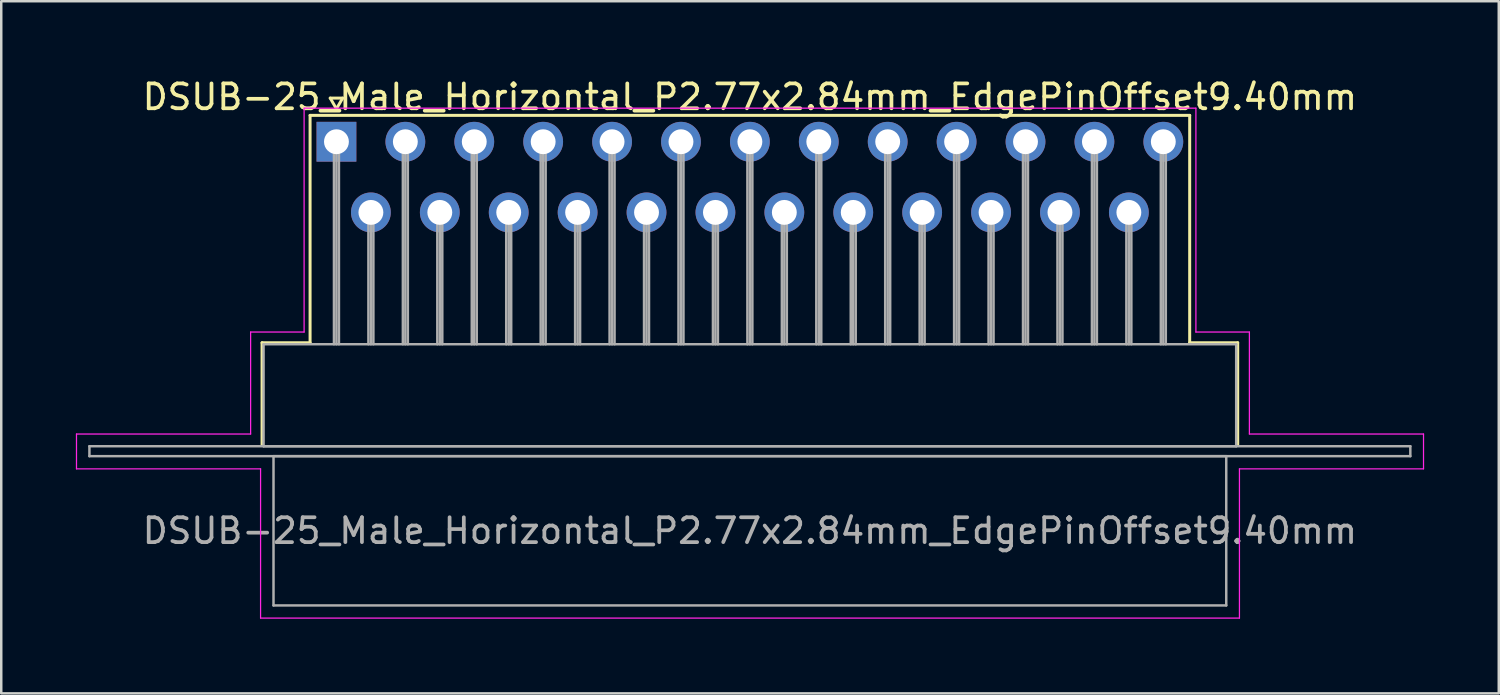
<source format=kicad_pcb>
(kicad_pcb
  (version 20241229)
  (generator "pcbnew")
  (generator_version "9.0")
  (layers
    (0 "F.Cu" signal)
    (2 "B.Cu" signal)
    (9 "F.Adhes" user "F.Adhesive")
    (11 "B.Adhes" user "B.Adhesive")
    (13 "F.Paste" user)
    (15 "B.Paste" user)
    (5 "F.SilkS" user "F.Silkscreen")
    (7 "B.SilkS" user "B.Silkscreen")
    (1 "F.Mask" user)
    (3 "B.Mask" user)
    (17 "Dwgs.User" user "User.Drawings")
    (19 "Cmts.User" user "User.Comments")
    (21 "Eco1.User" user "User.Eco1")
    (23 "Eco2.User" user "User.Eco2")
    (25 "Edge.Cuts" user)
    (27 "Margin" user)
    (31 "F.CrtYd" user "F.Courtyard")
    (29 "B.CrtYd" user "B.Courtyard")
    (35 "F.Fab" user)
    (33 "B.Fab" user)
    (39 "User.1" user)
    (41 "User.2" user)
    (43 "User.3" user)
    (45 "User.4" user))
  (footprint "DSUB-25_Male_Horizontal_P2.77x2.84mm_EdgePinOffset9.40mm"
    (layer "F.Cu")
    (at 10.475 2.648)
    (property "Reference" "DSUB-25_Male_Horizontal_P2.77x2.84mm_EdgePinOffset9.40mm" (at 16.62 -1.8 0) (layer "F.SilkS") (effects (font (size 1 1) (thickness 0.15))))
    (attr through_hole)
    (fp_line (start -2.99 8.08) (end -1.06 8.08) (stroke (width 0.12) (type solid)) (layer "F.SilkS"))
    (fp_line (start -2.99 12.18) (end -2.99 8.08) (stroke (width 0.12) (type solid)) (layer "F.SilkS"))
    (fp_line (start -1.06 -1.06) (end 34.3 -1.06) (stroke (width 0.12) (type solid)) (layer "F.SilkS"))
    (fp_line (start -1.06 8.08) (end -1.06 -1.06) (stroke (width 0.12) (type solid)) (layer "F.SilkS"))
    (fp_line (start -0.25 -1.754) (end 0.25 -1.754) (stroke (width 0.12) (type solid)) (layer "F.SilkS"))
    (fp_line (start 0 -1.321) (end -0.25 -1.754) (stroke (width 0.12) (type solid)) (layer "F.SilkS"))
    (fp_line (start 0.25 -1.754) (end 0 -1.321) (stroke (width 0.12) (type solid)) (layer "F.SilkS"))
    (fp_line (start 34.3 -1.06) (end 34.3 8.08) (stroke (width 0.12) (type solid)) (layer "F.SilkS"))
    (fp_line (start 34.3 8.08) (end 36.23 8.08) (stroke (width 0.12) (type solid)) (layer "F.SilkS"))
    (fp_line (start 36.23 8.08) (end 36.23 12.18) (stroke (width 0.12) (type solid)) (layer "F.SilkS"))
    (fp_line (start -10.45 11.75) (end -3.45 11.75) (stroke (width 0.05) (type solid)) (layer "F.CrtYd"))
    (fp_line (start -10.45 13.15) (end -10.45 11.75) (stroke (width 0.05) (type solid)) (layer "F.CrtYd"))
    (fp_line (start -3.45 7.65) (end -1.3 7.65) (stroke (width 0.05) (type solid)) (layer "F.CrtYd"))
    (fp_line (start -3.45 11.75) (end -3.45 7.65) (stroke (width 0.05) (type solid)) (layer "F.CrtYd"))
    (fp_line (start -3.05 13.15) (end -10.45 13.15) (stroke (width 0.05) (type solid)) (layer "F.CrtYd"))
    (fp_line (start -3.05 19.15) (end -3.05 13.15) (stroke (width 0.05) (type solid)) (layer "F.CrtYd"))
    (fp_line (start -1.3 -1.35) (end 34.55 -1.35) (stroke (width 0.05) (type solid)) (layer "F.CrtYd"))
    (fp_line (start -1.3 7.65) (end -1.3 -1.35) (stroke (width 0.05) (type solid)) (layer "F.CrtYd"))
    (fp_line (start 34.55 -1.35) (end 34.55 7.65) (stroke (width 0.05) (type solid)) (layer "F.CrtYd"))
    (fp_line (start 34.55 7.65) (end 36.7 7.65) (stroke (width 0.05) (type solid)) (layer "F.CrtYd"))
    (fp_line (start 36.3 13.15) (end 36.3 19.15) (stroke (width 0.05) (type solid)) (layer "F.CrtYd"))
    (fp_line (start 36.3 19.15) (end -3.05 19.15) (stroke (width 0.05) (type solid)) (layer "F.CrtYd"))
    (fp_line (start 36.7 7.65) (end 36.7 11.75) (stroke (width 0.05) (type solid)) (layer "F.CrtYd"))
    (fp_line (start 36.7 11.75) (end 43.7 11.75) (stroke (width 0.05) (type solid)) (layer "F.CrtYd"))
    (fp_line (start 43.7 11.75) (end 43.7 13.15) (stroke (width 0.05) (type solid)) (layer "F.CrtYd"))
    (fp_line (start 43.7 13.15) (end 36.3 13.15) (stroke (width 0.05) (type solid)) (layer "F.CrtYd"))
    (fp_line (start -9.93 12.24) (end -9.93 12.64) (stroke (width 0.1) (type solid)) (layer "F.Fab"))
    (fp_line (start -9.93 12.64) (end 43.17 12.64) (stroke (width 0.1) (type solid)) (layer "F.Fab"))
    (fp_line (start -2.93 8.14) (end -2.93 12.24) (stroke (width 0.1) (type solid)) (layer "F.Fab"))
    (fp_line (start -2.93 12.24) (end 36.17 12.24) (stroke (width 0.1) (type solid)) (layer "F.Fab"))
    (fp_line (start -2.53 12.64) (end -2.53 18.64) (stroke (width 0.1) (type solid)) (layer "F.Fab"))
    (fp_line (start -2.53 18.64) (end 35.77 18.64) (stroke (width 0.1) (type solid)) (layer "F.Fab"))
    (fp_line (start -0.1 0) (end -0.1 8.14) (stroke (width 0.1) (type solid)) (layer "F.Fab"))
    (fp_line (start 0 0) (end 0 8.14) (stroke (width 0.1) (type solid)) (layer "F.Fab"))
    (fp_line (start 0.1 0) (end 0.1 8.14) (stroke (width 0.1) (type solid)) (layer "F.Fab"))
    (fp_line (start 1.285 2.84) (end 1.285 8.14) (stroke (width 0.1) (type solid)) (layer "F.Fab"))
    (fp_line (start 1.385 2.84) (end 1.385 8.14) (stroke (width 0.1) (type solid)) (layer "F.Fab"))
    (fp_line (start 1.485 2.84) (end 1.485 8.14) (stroke (width 0.1) (type solid)) (layer "F.Fab"))
    (fp_line (start 2.67 0) (end 2.67 8.14) (stroke (width 0.1) (type solid)) (layer "F.Fab"))
    (fp_line (start 2.77 0) (end 2.77 8.14) (stroke (width 0.1) (type solid)) (layer "F.Fab"))
    (fp_line (start 2.87 0) (end 2.87 8.14) (stroke (width 0.1) (type solid)) (layer "F.Fab"))
    (fp_line (start 4.055 2.84) (end 4.055 8.14) (stroke (width 0.1) (type solid)) (layer "F.Fab"))
    (fp_line (start 4.155 2.84) (end 4.155 8.14) (stroke (width 0.1) (type solid)) (layer "F.Fab"))
    (fp_line (start 4.255 2.84) (end 4.255 8.14) (stroke (width 0.1) (type solid)) (layer "F.Fab"))
    (fp_line (start 5.44 0) (end 5.44 8.14) (stroke (width 0.1) (type solid)) (layer "F.Fab"))
    (fp_line (start 5.54 0) (end 5.54 8.14) (stroke (width 0.1) (type solid)) (layer "F.Fab"))
    (fp_line (start 5.64 0) (end 5.64 8.14) (stroke (width 0.1) (type solid)) (layer "F.Fab"))
    (fp_line (start 6.825 2.84) (end 6.825 8.14) (stroke (width 0.1) (type solid)) (layer "F.Fab"))
    (fp_line (start 6.925 2.84) (end 6.925 8.14) (stroke (width 0.1) (type solid)) (layer "F.Fab"))
    (fp_line (start 7.025 2.84) (end 7.025 8.14) (stroke (width 0.1) (type solid)) (layer "F.Fab"))
    (fp_line (start 8.21 0) (end 8.21 8.14) (stroke (width 0.1) (type solid)) (layer "F.Fab"))
    (fp_line (start 8.31 0) (end 8.31 8.14) (stroke (width 0.1) (type solid)) (layer "F.Fab"))
    (fp_line (start 8.41 0) (end 8.41 8.14) (stroke (width 0.1) (type solid)) (layer "F.Fab"))
    (fp_line (start 9.595 2.84) (end 9.595 8.14) (stroke (width 0.1) (type solid)) (layer "F.Fab"))
    (fp_line (start 9.695 2.84) (end 9.695 8.14) (stroke (width 0.1) (type solid)) (layer "F.Fab"))
    (fp_line (start 9.795 2.84) (end 9.795 8.14) (stroke (width 0.1) (type solid)) (layer "F.Fab"))
    (fp_line (start 10.98 0) (end 10.98 8.14) (stroke (width 0.1) (type solid)) (layer "F.Fab"))
    (fp_line (start 11.08 0) (end 11.08 8.14) (stroke (width 0.1) (type solid)) (layer "F.Fab"))
    (fp_line (start 11.18 0) (end 11.18 8.14) (stroke (width 0.1) (type solid)) (layer "F.Fab"))
    (fp_line (start 12.365 2.84) (end 12.365 8.14) (stroke (width 0.1) (type solid)) (layer "F.Fab"))
    (fp_line (start 12.465 2.84) (end 12.465 8.14) (stroke (width 0.1) (type solid)) (layer "F.Fab"))
    (fp_line (start 12.565 2.84) (end 12.565 8.14) (stroke (width 0.1) (type solid)) (layer "F.Fab"))
    (fp_line (start 13.75 0) (end 13.75 8.14) (stroke (width 0.1) (type solid)) (layer "F.Fab"))
    (fp_line (start 13.85 0) (end 13.85 8.14) (stroke (width 0.1) (type solid)) (layer "F.Fab"))
    (fp_line (start 13.95 0) (end 13.95 8.14) (stroke (width 0.1) (type solid)) (layer "F.Fab"))
    (fp_line (start 15.135 2.84) (end 15.135 8.14) (stroke (width 0.1) (type solid)) (layer "F.Fab"))
    (fp_line (start 15.235 2.84) (end 15.235 8.14) (stroke (width 0.1) (type solid)) (layer "F.Fab"))
    (fp_line (start 15.335 2.84) (end 15.335 8.14) (stroke (width 0.1) (type solid)) (layer "F.Fab"))
    (fp_line (start 16.52 0) (end 16.52 8.14) (stroke (width 0.1) (type solid)) (layer "F.Fab"))
    (fp_line (start 16.62 0) (end 16.62 8.14) (stroke (width 0.1) (type solid)) (layer "F.Fab"))
    (fp_line (start 16.72 0) (end 16.72 8.14) (stroke (width 0.1) (type solid)) (layer "F.Fab"))
    (fp_line (start 17.905 2.84) (end 17.905 8.14) (stroke (width 0.1) (type solid)) (layer "F.Fab"))
    (fp_line (start 18.005 2.84) (end 18.005 8.14) (stroke (width 0.1) (type solid)) (layer "F.Fab"))
    (fp_line (start 18.105 2.84) (end 18.105 8.14) (stroke (width 0.1) (type solid)) (layer "F.Fab"))
    (fp_line (start 19.29 0) (end 19.29 8.14) (stroke (width 0.1) (type solid)) (layer "F.Fab"))
    (fp_line (start 19.39 0) (end 19.39 8.14) (stroke (width 0.1) (type solid)) (layer "F.Fab"))
    (fp_line (start 19.49 0) (end 19.49 8.14) (stroke (width 0.1) (type solid)) (layer "F.Fab"))
    (fp_line (start 20.675 2.84) (end 20.675 8.14) (stroke (width 0.1) (type solid)) (layer "F.Fab"))
    (fp_line (start 20.775 2.84) (end 20.775 8.14) (stroke (width 0.1) (type solid)) (layer "F.Fab"))
    (fp_line (start 20.875 2.84) (end 20.875 8.14) (stroke (width 0.1) (type solid)) (layer "F.Fab"))
    (fp_line (start 22.06 0) (end 22.06 8.14) (stroke (width 0.1) (type solid)) (layer "F.Fab"))
    (fp_line (start 22.16 0) (end 22.16 8.14) (stroke (width 0.1) (type solid)) (layer "F.Fab"))
    (fp_line (start 22.26 0) (end 22.26 8.14) (stroke (width 0.1) (type solid)) (layer "F.Fab"))
    (fp_line (start 23.445 2.84) (end 23.445 8.14) (stroke (width 0.1) (type solid)) (layer "F.Fab"))
    (fp_line (start 23.545 2.84) (end 23.545 8.14) (stroke (width 0.1) (type solid)) (layer "F.Fab"))
    (fp_line (start 23.645 2.84) (end 23.645 8.14) (stroke (width 0.1) (type solid)) (layer "F.Fab"))
    (fp_line (start 24.83 0) (end 24.83 8.14) (stroke (width 0.1) (type solid)) (layer "F.Fab"))
    (fp_line (start 24.93 0) (end 24.93 8.14) (stroke (width 0.1) (type solid)) (layer "F.Fab"))
    (fp_line (start 25.03 0) (end 25.03 8.14) (stroke (width 0.1) (type solid)) (layer "F.Fab"))
    (fp_line (start 26.215 2.84) (end 26.215 8.14) (stroke (width 0.1) (type solid)) (layer "F.Fab"))
    (fp_line (start 26.315 2.84) (end 26.315 8.14) (stroke (width 0.1) (type solid)) (layer "F.Fab"))
    (fp_line (start 26.415 2.84) (end 26.415 8.14) (stroke (width 0.1) (type solid)) (layer "F.Fab"))
    (fp_line (start 27.6 0) (end 27.6 8.14) (stroke (width 0.1) (type solid)) (layer "F.Fab"))
    (fp_line (start 27.7 0) (end 27.7 8.14) (stroke (width 0.1) (type solid)) (layer "F.Fab"))
    (fp_line (start 27.8 0) (end 27.8 8.14) (stroke (width 0.1) (type solid)) (layer "F.Fab"))
    (fp_line (start 28.985 2.84) (end 28.985 8.14) (stroke (width 0.1) (type solid)) (layer "F.Fab"))
    (fp_line (start 29.085 2.84) (end 29.085 8.14) (stroke (width 0.1) (type solid)) (layer "F.Fab"))
    (fp_line (start 29.185 2.84) (end 29.185 8.14) (stroke (width 0.1) (type solid)) (layer "F.Fab"))
    (fp_line (start 30.37 0) (end 30.37 8.14) (stroke (width 0.1) (type solid)) (layer "F.Fab"))
    (fp_line (start 30.47 0) (end 30.47 8.14) (stroke (width 0.1) (type solid)) (layer "F.Fab"))
    (fp_line (start 30.57 0) (end 30.57 8.14) (stroke (width 0.1) (type solid)) (layer "F.Fab"))
    (fp_line (start 31.755 2.84) (end 31.755 8.14) (stroke (width 0.1) (type solid)) (layer "F.Fab"))
    (fp_line (start 31.855 2.84) (end 31.855 8.14) (stroke (width 0.1) (type solid)) (layer "F.Fab"))
    (fp_line (start 31.955 2.84) (end 31.955 8.14) (stroke (width 0.1) (type solid)) (layer "F.Fab"))
    (fp_line (start 33.14 0) (end 33.14 8.14) (stroke (width 0.1) (type solid)) (layer "F.Fab"))
    (fp_line (start 33.24 0) (end 33.24 8.14) (stroke (width 0.1) (type solid)) (layer "F.Fab"))
    (fp_line (start 33.34 0) (end 33.34 8.14) (stroke (width 0.1) (type solid)) (layer "F.Fab"))
    (fp_line (start 35.77 12.64) (end -2.53 12.64) (stroke (width 0.1) (type solid)) (layer "F.Fab"))
    (fp_line (start 35.77 18.64) (end 35.77 12.64) (stroke (width 0.1) (type solid)) (layer "F.Fab"))
    (fp_line (start 36.17 8.14) (end -2.93 8.14) (stroke (width 0.1) (type solid)) (layer "F.Fab"))
    (fp_line (start 36.17 12.24) (end 36.17 8.14) (stroke (width 0.1) (type solid)) (layer "F.Fab"))
    (fp_line (start 43.17 12.24) (end -9.93 12.24) (stroke (width 0.1) (type solid)) (layer "F.Fab"))
    (fp_line (start 43.17 12.64) (end 43.17 12.24) (stroke (width 0.1) (type solid)) (layer "F.Fab"))
    (fp_text user "${REFERENCE}" (at 16.62 15.64 0) (layer "F.Fab") (effects (font (size 1 1) (thickness 0.15))))
    (pad "1" thru_hole rect (at 0 0) (size 1.6 1.6) (drill 1) (layers "*.Cu" "*.Mask"))
    (pad "2" thru_hole circle (at 2.77 0) (size 1.6 1.6) (drill 1) (layers "*.Cu" "*.Mask"))
    (pad "3" thru_hole circle (at 5.54 0) (size 1.6 1.6) (drill 1) (layers "*.Cu" "*.Mask"))
    (pad "4" thru_hole circle (at 8.31 0) (size 1.6 1.6) (drill 1) (layers "*.Cu" "*.Mask"))
    (pad "5" thru_hole circle (at 11.08 0) (size 1.6 1.6) (drill 1) (layers "*.Cu" "*.Mask"))
    (pad "6" thru_hole circle (at 13.85 0) (size 1.6 1.6) (drill 1) (layers "*.Cu" "*.Mask"))
    (pad "7" thru_hole circle (at 16.62 0) (size 1.6 1.6) (drill 1) (layers "*.Cu" "*.Mask"))
    (pad "8" thru_hole circle (at 19.39 0) (size 1.6 1.6) (drill 1) (layers "*.Cu" "*.Mask"))
    (pad "9" thru_hole circle (at 22.16 0) (size 1.6 1.6) (drill 1) (layers "*.Cu" "*.Mask"))
    (pad "10" thru_hole circle (at 24.93 0) (size 1.6 1.6) (drill 1) (layers "*.Cu" "*.Mask"))
    (pad "11" thru_hole circle (at 27.7 0) (size 1.6 1.6) (drill 1) (layers "*.Cu" "*.Mask"))
    (pad "12" thru_hole circle (at 30.47 0) (size 1.6 1.6) (drill 1) (layers "*.Cu" "*.Mask"))
    (pad "13" thru_hole circle (at 33.24 0) (size 1.6 1.6) (drill 1) (layers "*.Cu" "*.Mask"))
    (pad "14" thru_hole circle (at 1.385 2.84) (size 1.6 1.6) (drill 1) (layers "*.Cu" "*.Mask"))
    (pad "15" thru_hole circle (at 4.155 2.84) (size 1.6 1.6) (drill 1) (layers "*.Cu" "*.Mask"))
    (pad "16" thru_hole circle (at 6.925 2.84) (size 1.6 1.6) (drill 1) (layers "*.Cu" "*.Mask"))
    (pad "17" thru_hole circle (at 9.695 2.84) (size 1.6 1.6) (drill 1) (layers "*.Cu" "*.Mask"))
    (pad "18" thru_hole circle (at 12.465 2.84) (size 1.6 1.6) (drill 1) (layers "*.Cu" "*.Mask"))
    (pad "19" thru_hole circle (at 15.235 2.84) (size 1.6 1.6) (drill 1) (layers "*.Cu" "*.Mask"))
    (pad "20" thru_hole circle (at 18.005 2.84) (size 1.6 1.6) (drill 1) (layers "*.Cu" "*.Mask"))
    (pad "21" thru_hole circle (at 20.775 2.84) (size 1.6 1.6) (drill 1) (layers "*.Cu" "*.Mask"))
    (pad "22" thru_hole circle (at 23.545 2.84) (size 1.6 1.6) (drill 1) (layers "*.Cu" "*.Mask"))
    (pad "23" thru_hole circle (at 26.315 2.84) (size 1.6 1.6) (drill 1) (layers "*.Cu" "*.Mask"))
    (pad "24" thru_hole circle (at 29.085 2.84) (size 1.6 1.6) (drill 1) (layers "*.Cu" "*.Mask"))
    (pad "25" thru_hole circle (at 31.855 2.84) (size 1.6 1.6) (drill 1) (layers "*.Cu" "*.Mask")))
  (gr_rect
    (start -3 -3)
    (end 57.2 24.823)
    (stroke (width 0.1) (type default))
    (fill no)
    (layer "Edge.Cuts")))
</source>
